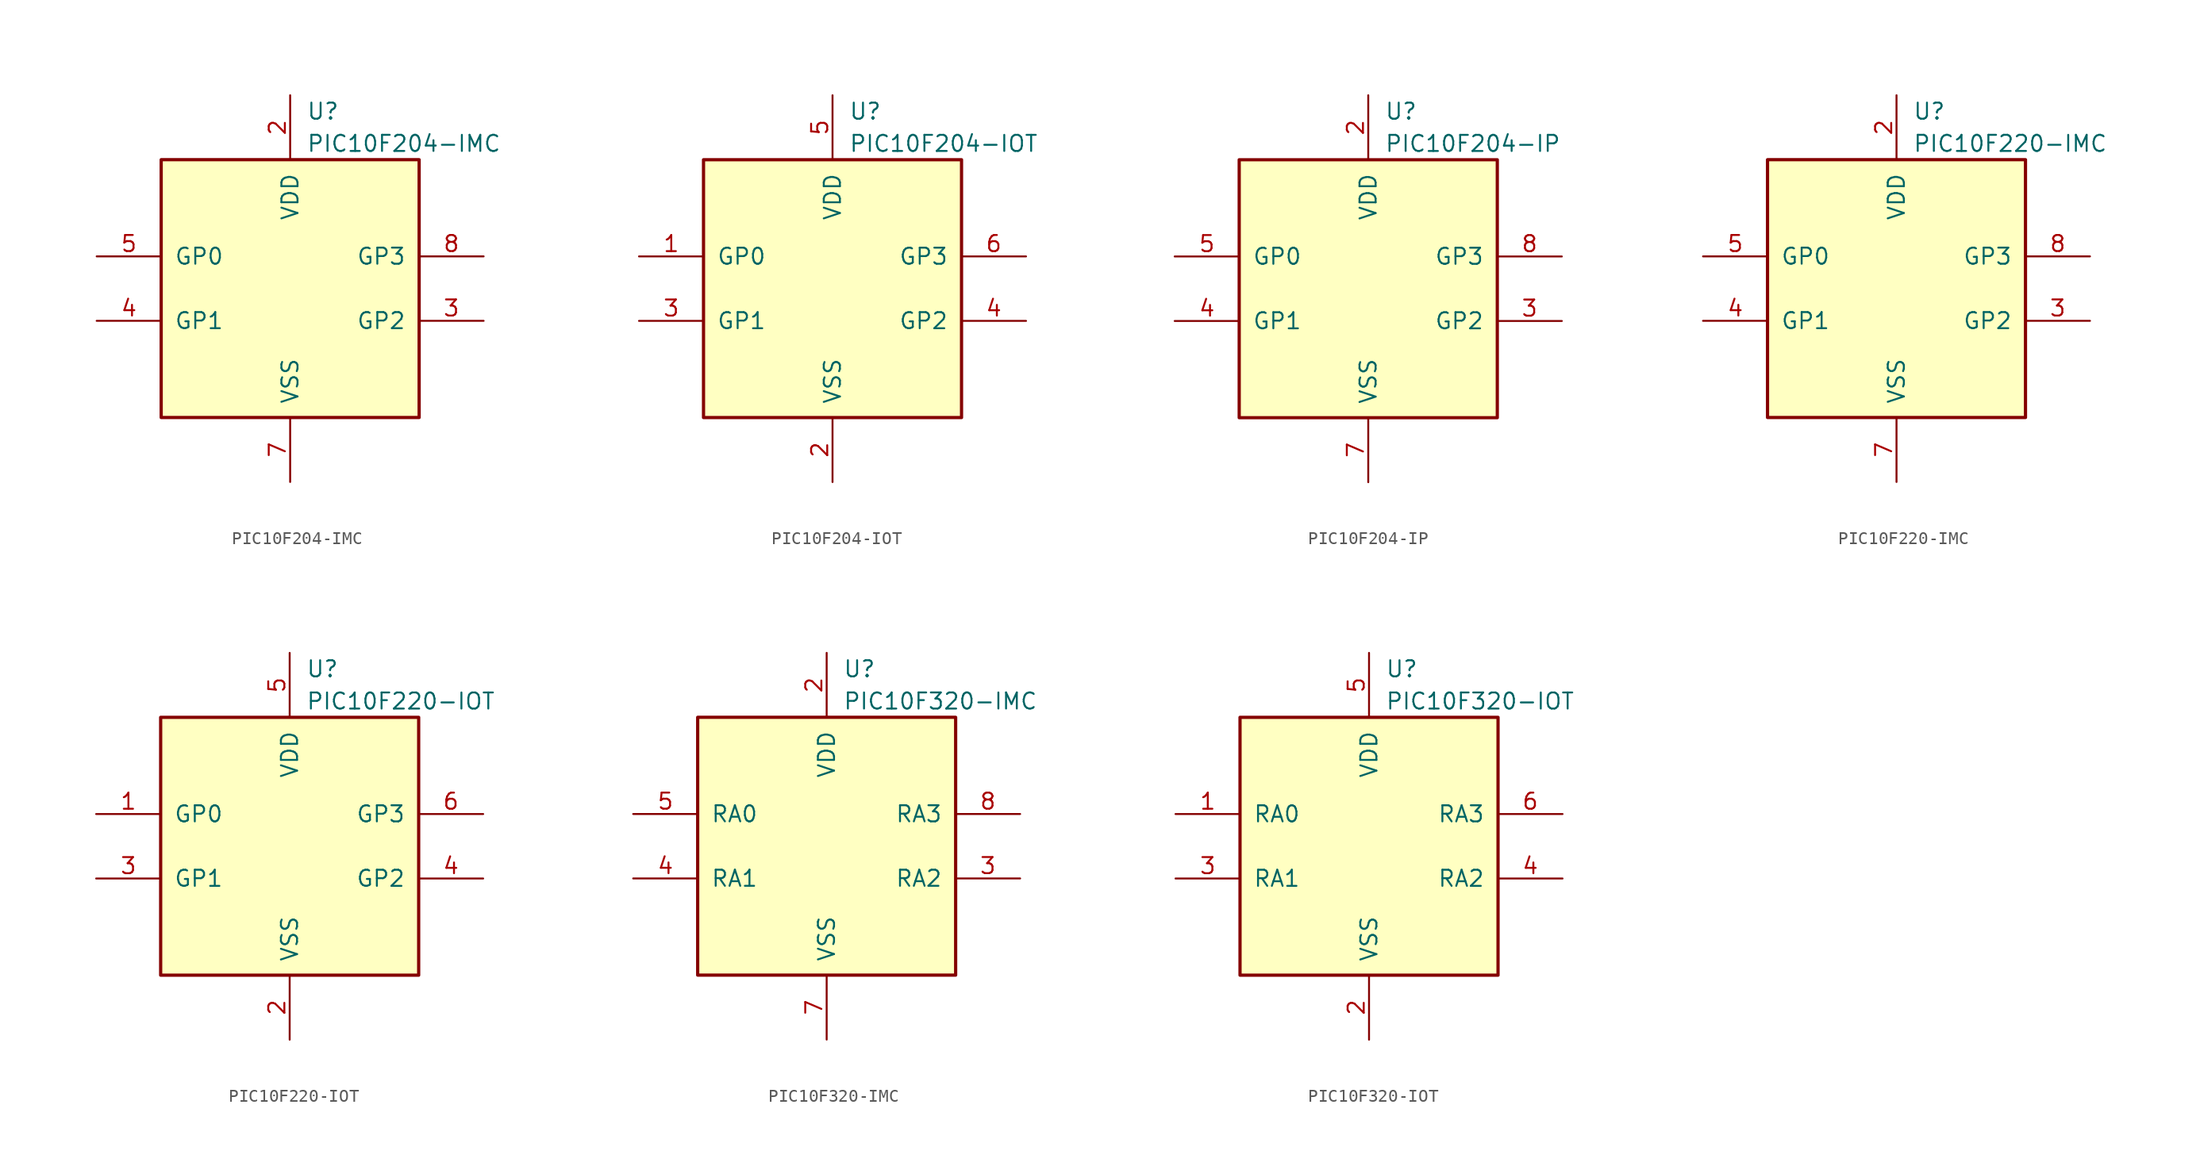
<source format=kicad_sym>
(kicad_symbol_lib
  (version 20201005)
  (generator kicad_symbol_editor)
  (symbol "PIC10F204-IMC"
    (pin_names
      (offset 1.016))
    (property "Reference" "U"
      (at 1.27 13.97 0)
      (effects (font (size 1.27 1.27)) (justify left)))
    (property "Value" "PIC10F204-IMC"
      (at 1.27 11.43 0)
      (effects (font (size 1.27 1.27)) (justify left)))
    (symbol "PIC10F204-IMC_0_1"
      (rectangle (start -10.16 10.16) (end 10.16 -10.16) (stroke (width 0.254)) (fill (type background))))
    (symbol "PIC10F204-IMC_1_1"
      (pin power_in line (at 0 15.24 270) (length 5.08) (name "VDD" (effects (font (size 1.27 1.27)))) (number "2" (effects (font (size 1.27 1.27)))))
      (pin bidirectional line (at 15.24 -2.54 180) (length 5.08) (name "GP2" (effects (font (size 1.27 1.27)))) (number "3" (effects (font (size 1.27 1.27)))))
      (pin bidirectional line (at -15.24 -2.54 0) (length 5.08) (name "GP1" (effects (font (size 1.27 1.27)))) (number "4" (effects (font (size 1.27 1.27)))))
      (pin bidirectional line (at -15.24 2.54 0) (length 5.08) (name "GP0" (effects (font (size 1.27 1.27)))) (number "5" (effects (font (size 1.27 1.27)))))
      (pin power_in line (at 0 -15.24 90) (length 5.08) (name "VSS" (effects (font (size 1.27 1.27)))) (number "7" (effects (font (size 1.27 1.27)))))
      (pin input line (at 15.24 2.54 180) (length 5.08) (name "GP3" (effects (font (size 1.27 1.27)))) (number "8" (effects (font (size 1.27 1.27)))))))
  (symbol "PIC10F204-IOT"
    (pin_names
      (offset 1.016))
    (property "Reference" "U"
      (at 1.27 13.97 0)
      (effects (font (size 1.27 1.27)) (justify left)))
    (property "Value" "PIC10F204-IOT"
      (at 1.27 11.43 0)
      (effects (font (size 1.27 1.27)) (justify left)))
    (symbol "PIC10F204-IOT_0_1"
      (rectangle (start -10.16 10.16) (end 10.16 -10.16) (stroke (width 0.254)) (fill (type background))))
    (symbol "PIC10F204-IOT_1_1"
      (pin bidirectional line (at -15.24 2.54 0) (length 5.08) (name "GP0" (effects (font (size 1.27 1.27)))) (number "1" (effects (font (size 1.27 1.27)))))
      (pin power_in line (at 0 -15.24 90) (length 5.08) (name "VSS" (effects (font (size 1.27 1.27)))) (number "2" (effects (font (size 1.27 1.27)))))
      (pin bidirectional line (at -15.24 -2.54 0) (length 5.08) (name "GP1" (effects (font (size 1.27 1.27)))) (number "3" (effects (font (size 1.27 1.27)))))
      (pin bidirectional line (at 15.24 -2.54 180) (length 5.08) (name "GP2" (effects (font (size 1.27 1.27)))) (number "4" (effects (font (size 1.27 1.27)))))
      (pin power_in line (at 0 15.24 270) (length 5.08) (name "VDD" (effects (font (size 1.27 1.27)))) (number "5" (effects (font (size 1.27 1.27)))))
      (pin input line (at 15.24 2.54 180) (length 5.08) (name "GP3" (effects (font (size 1.27 1.27)))) (number "6" (effects (font (size 1.27 1.27)))))))
  (symbol "PIC10F204-IP"
    (pin_names
      (offset 1.016))
    (property "Reference" "U"
      (at 1.27 13.97 0)
      (effects (font (size 1.27 1.27)) (justify left)))
    (property "Value" "PIC10F204-IP"
      (at 1.27 11.43 0)
      (effects (font (size 1.27 1.27)) (justify left)))
    (symbol "PIC10F204-IP_0_1"
      (rectangle (start -10.16 10.16) (end 10.16 -10.16) (stroke (width 0.254)) (fill (type background))))
    (symbol "PIC10F204-IP_1_1"
      (pin power_in line (at 0 15.24 270) (length 5.08) (name "VDD" (effects (font (size 1.27 1.27)))) (number "2" (effects (font (size 1.27 1.27)))))
      (pin bidirectional line (at 15.24 -2.54 180) (length 5.08) (name "GP2" (effects (font (size 1.27 1.27)))) (number "3" (effects (font (size 1.27 1.27)))))
      (pin bidirectional line (at -15.24 -2.54 0) (length 5.08) (name "GP1" (effects (font (size 1.27 1.27)))) (number "4" (effects (font (size 1.27 1.27)))))
      (pin bidirectional line (at -15.24 2.54 0) (length 5.08) (name "GP0" (effects (font (size 1.27 1.27)))) (number "5" (effects (font (size 1.27 1.27)))))
      (pin power_in line (at 0 -15.24 90) (length 5.08) (name "VSS" (effects (font (size 1.27 1.27)))) (number "7" (effects (font (size 1.27 1.27)))))
      (pin input line (at 15.24 2.54 180) (length 5.08) (name "GP3" (effects (font (size 1.27 1.27)))) (number "8" (effects (font (size 1.27 1.27)))))))
  (symbol "PIC10F220-IMC"
    (pin_names
      (offset 1.016))
    (property "Reference" "U"
      (at 1.27 13.97 0)
      (effects (font (size 1.27 1.27)) (justify left)))
    (property "Value" "PIC10F220-IMC"
      (at 1.27 11.43 0)
      (effects (font (size 1.27 1.27)) (justify left)))
    (symbol "PIC10F220-IMC_0_1"
      (rectangle (start -10.16 10.16) (end 10.16 -10.16) (stroke (width 0.254)) (fill (type background))))
    (symbol "PIC10F220-IMC_1_1"
      (pin power_in line (at 0 15.24 270) (length 5.08) (name "VDD" (effects (font (size 1.27 1.27)))) (number "2" (effects (font (size 1.27 1.27)))))
      (pin bidirectional line (at 15.24 -2.54 180) (length 5.08) (name "GP2" (effects (font (size 1.27 1.27)))) (number "3" (effects (font (size 1.27 1.27)))))
      (pin bidirectional line (at -15.24 -2.54 0) (length 5.08) (name "GP1" (effects (font (size 1.27 1.27)))) (number "4" (effects (font (size 1.27 1.27)))))
      (pin bidirectional line (at -15.24 2.54 0) (length 5.08) (name "GP0" (effects (font (size 1.27 1.27)))) (number "5" (effects (font (size 1.27 1.27)))))
      (pin power_in line (at 0 -15.24 90) (length 5.08) (name "VSS" (effects (font (size 1.27 1.27)))) (number "7" (effects (font (size 1.27 1.27)))))
      (pin input line (at 15.24 2.54 180) (length 5.08) (name "GP3" (effects (font (size 1.27 1.27)))) (number "8" (effects (font (size 1.27 1.27)))))))
  (symbol "PIC10F220-IOT"
    (pin_names
      (offset 1.016))
    (property "Reference" "U"
      (at 1.27 13.97 0)
      (effects (font (size 1.27 1.27)) (justify left)))
    (property "Value" "PIC10F220-IOT"
      (at 1.27 11.43 0)
      (effects (font (size 1.27 1.27)) (justify left)))
    (symbol "PIC10F220-IOT_0_1"
      (rectangle (start -10.16 10.16) (end 10.16 -10.16) (stroke (width 0.254)) (fill (type background))))
    (symbol "PIC10F220-IOT_1_1"
      (pin bidirectional line (at -15.24 2.54 0) (length 5.08) (name "GP0" (effects (font (size 1.27 1.27)))) (number "1" (effects (font (size 1.27 1.27)))))
      (pin power_in line (at 0 -15.24 90) (length 5.08) (name "VSS" (effects (font (size 1.27 1.27)))) (number "2" (effects (font (size 1.27 1.27)))))
      (pin bidirectional line (at -15.24 -2.54 0) (length 5.08) (name "GP1" (effects (font (size 1.27 1.27)))) (number "3" (effects (font (size 1.27 1.27)))))
      (pin bidirectional line (at 15.24 -2.54 180) (length 5.08) (name "GP2" (effects (font (size 1.27 1.27)))) (number "4" (effects (font (size 1.27 1.27)))))
      (pin power_in line (at 0 15.24 270) (length 5.08) (name "VDD" (effects (font (size 1.27 1.27)))) (number "5" (effects (font (size 1.27 1.27)))))
      (pin input line (at 15.24 2.54 180) (length 5.08) (name "GP3" (effects (font (size 1.27 1.27)))) (number "6" (effects (font (size 1.27 1.27)))))))
  (symbol "PIC10F320-IMC"
    (pin_names
      (offset 1.016))
    (property "Reference" "U"
      (at 1.27 13.97 0)
      (effects (font (size 1.27 1.27)) (justify left)))
    (property "Value" "PIC10F320-IMC"
      (at 1.27 11.43 0)
      (effects (font (size 1.27 1.27)) (justify left)))
    (symbol "PIC10F320-IMC_0_1"
      (rectangle (start -10.16 10.16) (end 10.16 -10.16) (stroke (width 0.254)) (fill (type background))))
    (symbol "PIC10F320-IMC_1_1"
      (pin power_in line (at 0 15.24 270) (length 5.08) (name "VDD" (effects (font (size 1.27 1.27)))) (number "2" (effects (font (size 1.27 1.27)))))
      (pin bidirectional line (at 15.24 -2.54 180) (length 5.08) (name "RA2" (effects (font (size 1.27 1.27)))) (number "3" (effects (font (size 1.27 1.27)))))
      (pin bidirectional line (at -15.24 -2.54 0) (length 5.08) (name "RA1" (effects (font (size 1.27 1.27)))) (number "4" (effects (font (size 1.27 1.27)))))
      (pin bidirectional line (at -15.24 2.54 0) (length 5.08) (name "RA0" (effects (font (size 1.27 1.27)))) (number "5" (effects (font (size 1.27 1.27)))))
      (pin power_in line (at 0 -15.24 90) (length 5.08) (name "VSS" (effects (font (size 1.27 1.27)))) (number "7" (effects (font (size 1.27 1.27)))))
      (pin input line (at 15.24 2.54 180) (length 5.08) (name "RA3" (effects (font (size 1.27 1.27)))) (number "8" (effects (font (size 1.27 1.27)))))))
  (symbol "PIC10F320-IOT"
    (pin_names
      (offset 1.016))
    (property "Reference" "U"
      (at 1.27 13.97 0)
      (effects (font (size 1.27 1.27)) (justify left)))
    (property "Value" "PIC10F320-IOT"
      (at 1.27 11.43 0)
      (effects (font (size 1.27 1.27)) (justify left)))
    (symbol "PIC10F320-IOT_0_1"
      (rectangle (start -10.16 10.16) (end 10.16 -10.16) (stroke (width 0.254)) (fill (type background))))
    (symbol "PIC10F320-IOT_1_1"
      (pin bidirectional line (at -15.24 2.54 0) (length 5.08) (name "RA0" (effects (font (size 1.27 1.27)))) (number "1" (effects (font (size 1.27 1.27)))))
      (pin power_in line (at 0 -15.24 90) (length 5.08) (name "VSS" (effects (font (size 1.27 1.27)))) (number "2" (effects (font (size 1.27 1.27)))))
      (pin bidirectional line (at -15.24 -2.54 0) (length 5.08) (name "RA1" (effects (font (size 1.27 1.27)))) (number "3" (effects (font (size 1.27 1.27)))))
      (pin bidirectional line (at 15.24 -2.54 180) (length 5.08) (name "RA2" (effects (font (size 1.27 1.27)))) (number "4" (effects (font (size 1.27 1.27)))))
      (pin power_in line (at 0 15.24 270) (length 5.08) (name "VDD" (effects (font (size 1.27 1.27)))) (number "5" (effects (font (size 1.27 1.27)))))
      (pin input line (at 15.24 2.54 180) (length 5.08) (name "RA3" (effects (font (size 1.27 1.27)))) (number "6" (effects (font (size 1.27 1.27))))))))
</source>
